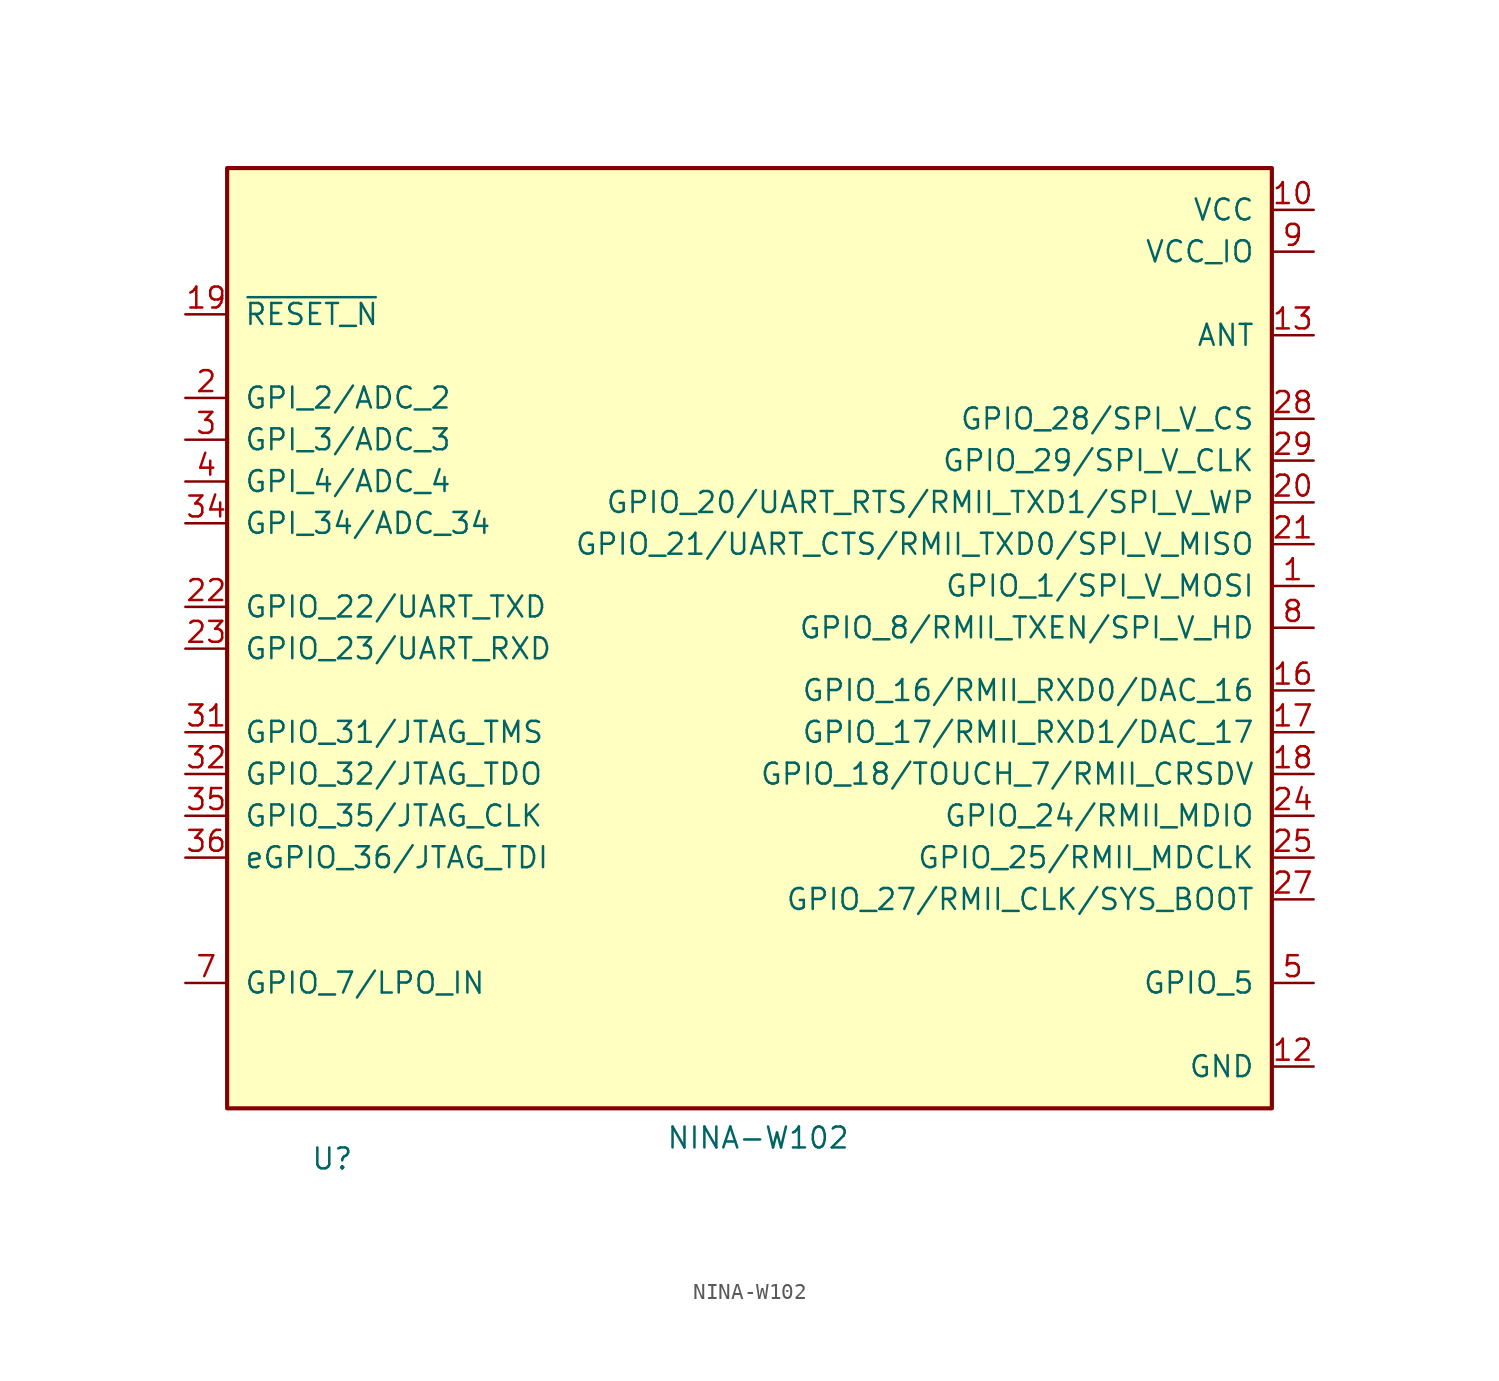
<source format=kicad_sym>
(kicad_symbol_lib
  (version 20220914)
  (generator kicad_symbol_editor)
  (symbol "NINA-W102"
    (pin_names
      (offset 1.016))
    (property "Reference" "U"
      (at -26.67 -29.21 0)
      (effects (font (size 1.27 1.27)) (justify left bottom)))
    (property "Value" "NINA-W102"
      (at -5.08 -27.94 0)
      (effects (font (size 1.27 1.27)) (justify left bottom)))
    (symbol "NINA-W102_0_0"
      (rectangle (start -31.75 31.75) (end 31.75 -25.4) (stroke (width 0.254) (type default)) (fill (type background))))
    (symbol "NINA-W102_1_0"
      (pin bidirectional line (at 34.29 6.35 180) (length 2.54) (name "GPIO_1/SPI_V_MOSI" (effects (font (size 1.27 1.27)))) (number "1" (effects (font (size 1.27 1.27)))))
      (pin power_in line (at 34.29 29.21 180) (length 2.54) (name "VCC" (effects (font (size 1.27 1.27)))) (number "10" (effects (font (size 1.27 1.27)))))
      (pin power_in line (at 34.29 -22.86 180) (length 2.54) (name "GND" (effects (font (size 1.27 1.27)))) (number "12" (effects (font (size 1.27 1.27)))))
      (pin bidirectional line (at 34.29 21.59 180) (length 2.54) (name "ANT" (effects (font (size 1.27 1.27)))) (number "13" (effects (font (size 1.27 1.27)))))
      (pin power_in line (at 34.29 -22.86 180) (length 2.54) hide (name "GND" (effects (font (size 1.27 1.27)))) (number "14" (effects (font (size 1.27 1.27)))))
      (pin bidirectional line (at 34.29 0 180) (length 2.54) (name "GPIO_16/RMII_RXD0/DAC_16" (effects (font (size 1.27 1.27)))) (number "16" (effects (font (size 1.27 1.27)))))
      (pin bidirectional line (at 34.29 -2.54 180) (length 2.54) (name "GPIO_17/RMII_RXD1/DAC_17" (effects (font (size 1.27 1.27)))) (number "17" (effects (font (size 1.27 1.27)))))
      (pin bidirectional line (at 34.29 -5.08 180) (length 2.54) (name "GPIO_18/TOUCH_7/RMII_CRSDV" (effects (font (size 1.27 1.27)))) (number "18" (effects (font (size 1.27 1.27)))))
      (pin input line (at -34.29 22.86 0) (length 2.54) (name "~{RESET_N}" (effects (font (size 1.27 1.27)))) (number "19" (effects (font (size 1.27 1.27)))))
      (pin input line (at -34.29 17.78 0) (length 2.54) (name "GPI_2/ADC_2" (effects (font (size 1.27 1.27)))) (number "2" (effects (font (size 1.27 1.27)))))
      (pin bidirectional line (at 34.29 11.43 180) (length 2.54) (name "GPIO_20/UART_RTS/RMII_TXD1/SPI_V_WP" (effects (font (size 1.27 1.27)))) (number "20" (effects (font (size 1.27 1.27)))))
      (pin bidirectional line (at 34.29 8.89 180) (length 2.54) (name "GPIO_21/UART_CTS/RMII_TXD0/SPI_V_MISO" (effects (font (size 1.27 1.27)))) (number "21" (effects (font (size 1.27 1.27)))))
      (pin bidirectional line (at -34.29 5.08 0) (length 2.54) (name "GPIO_22/UART_TXD" (effects (font (size 1.27 1.27)))) (number "22" (effects (font (size 1.27 1.27)))))
      (pin bidirectional line (at -34.29 2.54 0) (length 2.54) (name "GPIO_23/UART_RXD" (effects (font (size 1.27 1.27)))) (number "23" (effects (font (size 1.27 1.27)))))
      (pin bidirectional line (at 34.29 -7.62 180) (length 2.54) (name "GPIO_24/RMII_MDIO" (effects (font (size 1.27 1.27)))) (number "24" (effects (font (size 1.27 1.27)))))
      (pin bidirectional line (at 34.29 -10.16 180) (length 2.54) (name "GPIO_25/RMII_MDCLK" (effects (font (size 1.27 1.27)))) (number "25" (effects (font (size 1.27 1.27)))))
      (pin power_in line (at 34.29 -22.86 180) (length 2.54) hide (name "GND" (effects (font (size 1.27 1.27)))) (number "26" (effects (font (size 1.27 1.27)))))
      (pin bidirectional line (at 34.29 -12.7 180) (length 2.54) (name "GPIO_27/RMII_CLK/SYS_BOOT" (effects (font (size 1.27 1.27)))) (number "27" (effects (font (size 1.27 1.27)))))
      (pin bidirectional line (at 34.29 16.51 180) (length 2.54) (name "GPIO_28/SPI_V_CS" (effects (font (size 1.27 1.27)))) (number "28" (effects (font (size 1.27 1.27)))))
      (pin bidirectional line (at 34.29 13.97 180) (length 2.54) (name "GPIO_29/SPI_V_CLK" (effects (font (size 1.27 1.27)))) (number "29" (effects (font (size 1.27 1.27)))))
      (pin input line (at -34.29 15.24 0) (length 2.54) (name "GPI_3/ADC_3" (effects (font (size 1.27 1.27)))) (number "3" (effects (font (size 1.27 1.27)))))
      (pin power_in line (at 34.29 -22.86 180) (length 2.54) hide (name "GND" (effects (font (size 1.27 1.27)))) (number "30" (effects (font (size 1.27 1.27)))))
      (pin bidirectional line (at -34.29 -2.54 0) (length 2.54) (name "GPIO_31/JTAG_TMS" (effects (font (size 1.27 1.27)))) (number "31" (effects (font (size 1.27 1.27)))))
      (pin bidirectional line (at -34.29 -5.08 0) (length 2.54) (name "GPIO_32/JTAG_TDO" (effects (font (size 1.27 1.27)))) (number "32" (effects (font (size 1.27 1.27)))))
      (pin input line (at -34.29 10.16 0) (length 2.54) (name "GPI_34/ADC_34" (effects (font (size 1.27 1.27)))) (number "34" (effects (font (size 1.27 1.27)))))
      (pin bidirectional line (at -34.29 -7.62 0) (length 2.54) (name "GPIO_35/JTAG_CLK" (effects (font (size 1.27 1.27)))) (number "35" (effects (font (size 1.27 1.27)))))
      (pin bidirectional line (at -34.29 -10.16 0) (length 2.54) (name "eGPIO_36/JTAG_TDI" (effects (font (size 1.27 1.27)))) (number "36" (effects (font (size 1.27 1.27)))))
      (pin power_in line (at 34.29 -22.86 180) (length 2.54) hide (name "GND" (effects (font (size 1.27 1.27)))) (number "37" (effects (font (size 1.27 1.27)))))
      (pin power_in line (at 34.29 -22.86 180) (length 2.54) hide (name "GND" (effects (font (size 1.27 1.27)))) (number "38" (effects (font (size 1.27 1.27)))))
      (pin power_in line (at 34.29 -22.86 180) (length 2.54) hide (name "GND" (effects (font (size 1.27 1.27)))) (number "39" (effects (font (size 1.27 1.27)))))
      (pin input line (at -34.29 12.7 0) (length 2.54) (name "GPI_4/ADC_4" (effects (font (size 1.27 1.27)))) (number "4" (effects (font (size 1.27 1.27)))))
      (pin power_in line (at 34.29 -22.86 180) (length 2.54) hide (name "GND" (effects (font (size 1.27 1.27)))) (number "40" (effects (font (size 1.27 1.27)))))
      (pin power_in line (at 34.29 -22.86 180) (length 2.54) hide (name "GND" (effects (font (size 1.27 1.27)))) (number "41" (effects (font (size 1.27 1.27)))))
      (pin power_in line (at 34.29 -22.86 180) (length 2.54) hide (name "GND" (effects (font (size 1.27 1.27)))) (number "42" (effects (font (size 1.27 1.27)))))
      (pin power_in line (at 34.29 -22.86 180) (length 2.54) hide (name "GND" (effects (font (size 1.27 1.27)))) (number "43" (effects (font (size 1.27 1.27)))))
      (pin power_in line (at 34.29 -22.86 180) (length 2.54) hide (name "GND" (effects (font (size 1.27 1.27)))) (number "44" (effects (font (size 1.27 1.27)))))
      (pin power_in line (at 34.29 -22.86 180) (length 2.54) hide (name "GND" (effects (font (size 1.27 1.27)))) (number "45" (effects (font (size 1.27 1.27)))))
      (pin power_in line (at 34.29 -22.86 180) (length 2.54) hide (name "GND" (effects (font (size 1.27 1.27)))) (number "46" (effects (font (size 1.27 1.27)))))
      (pin power_in line (at 34.29 -22.86 180) (length 2.54) hide (name "GND" (effects (font (size 1.27 1.27)))) (number "47" (effects (font (size 1.27 1.27)))))
      (pin power_in line (at 34.29 -22.86 180) (length 2.54) hide (name "GND" (effects (font (size 1.27 1.27)))) (number "48" (effects (font (size 1.27 1.27)))))
      (pin bidirectional line (at 34.29 -17.78 180) (length 2.54) (name "GPIO_5" (effects (font (size 1.27 1.27)))) (number "5" (effects (font (size 1.27 1.27)))))
      (pin power_in line (at 34.29 -22.86 180) (length 2.54) hide (name "GND" (effects (font (size 1.27 1.27)))) (number "6" (effects (font (size 1.27 1.27)))))
      (pin bidirectional line (at -34.29 -17.78 0) (length 2.54) (name "GPIO_7/LPO_IN" (effects (font (size 1.27 1.27)))) (number "7" (effects (font (size 1.27 1.27)))))
      (pin bidirectional line (at 34.29 3.81 180) (length 2.54) (name "GPIO_8/RMII_TXEN/SPI_V_HD" (effects (font (size 1.27 1.27)))) (number "8" (effects (font (size 1.27 1.27)))))
      (pin power_in line (at 34.29 26.67 180) (length 2.54) (name "VCC_IO" (effects (font (size 1.27 1.27)))) (number "9" (effects (font (size 1.27 1.27))))))))
</source>
